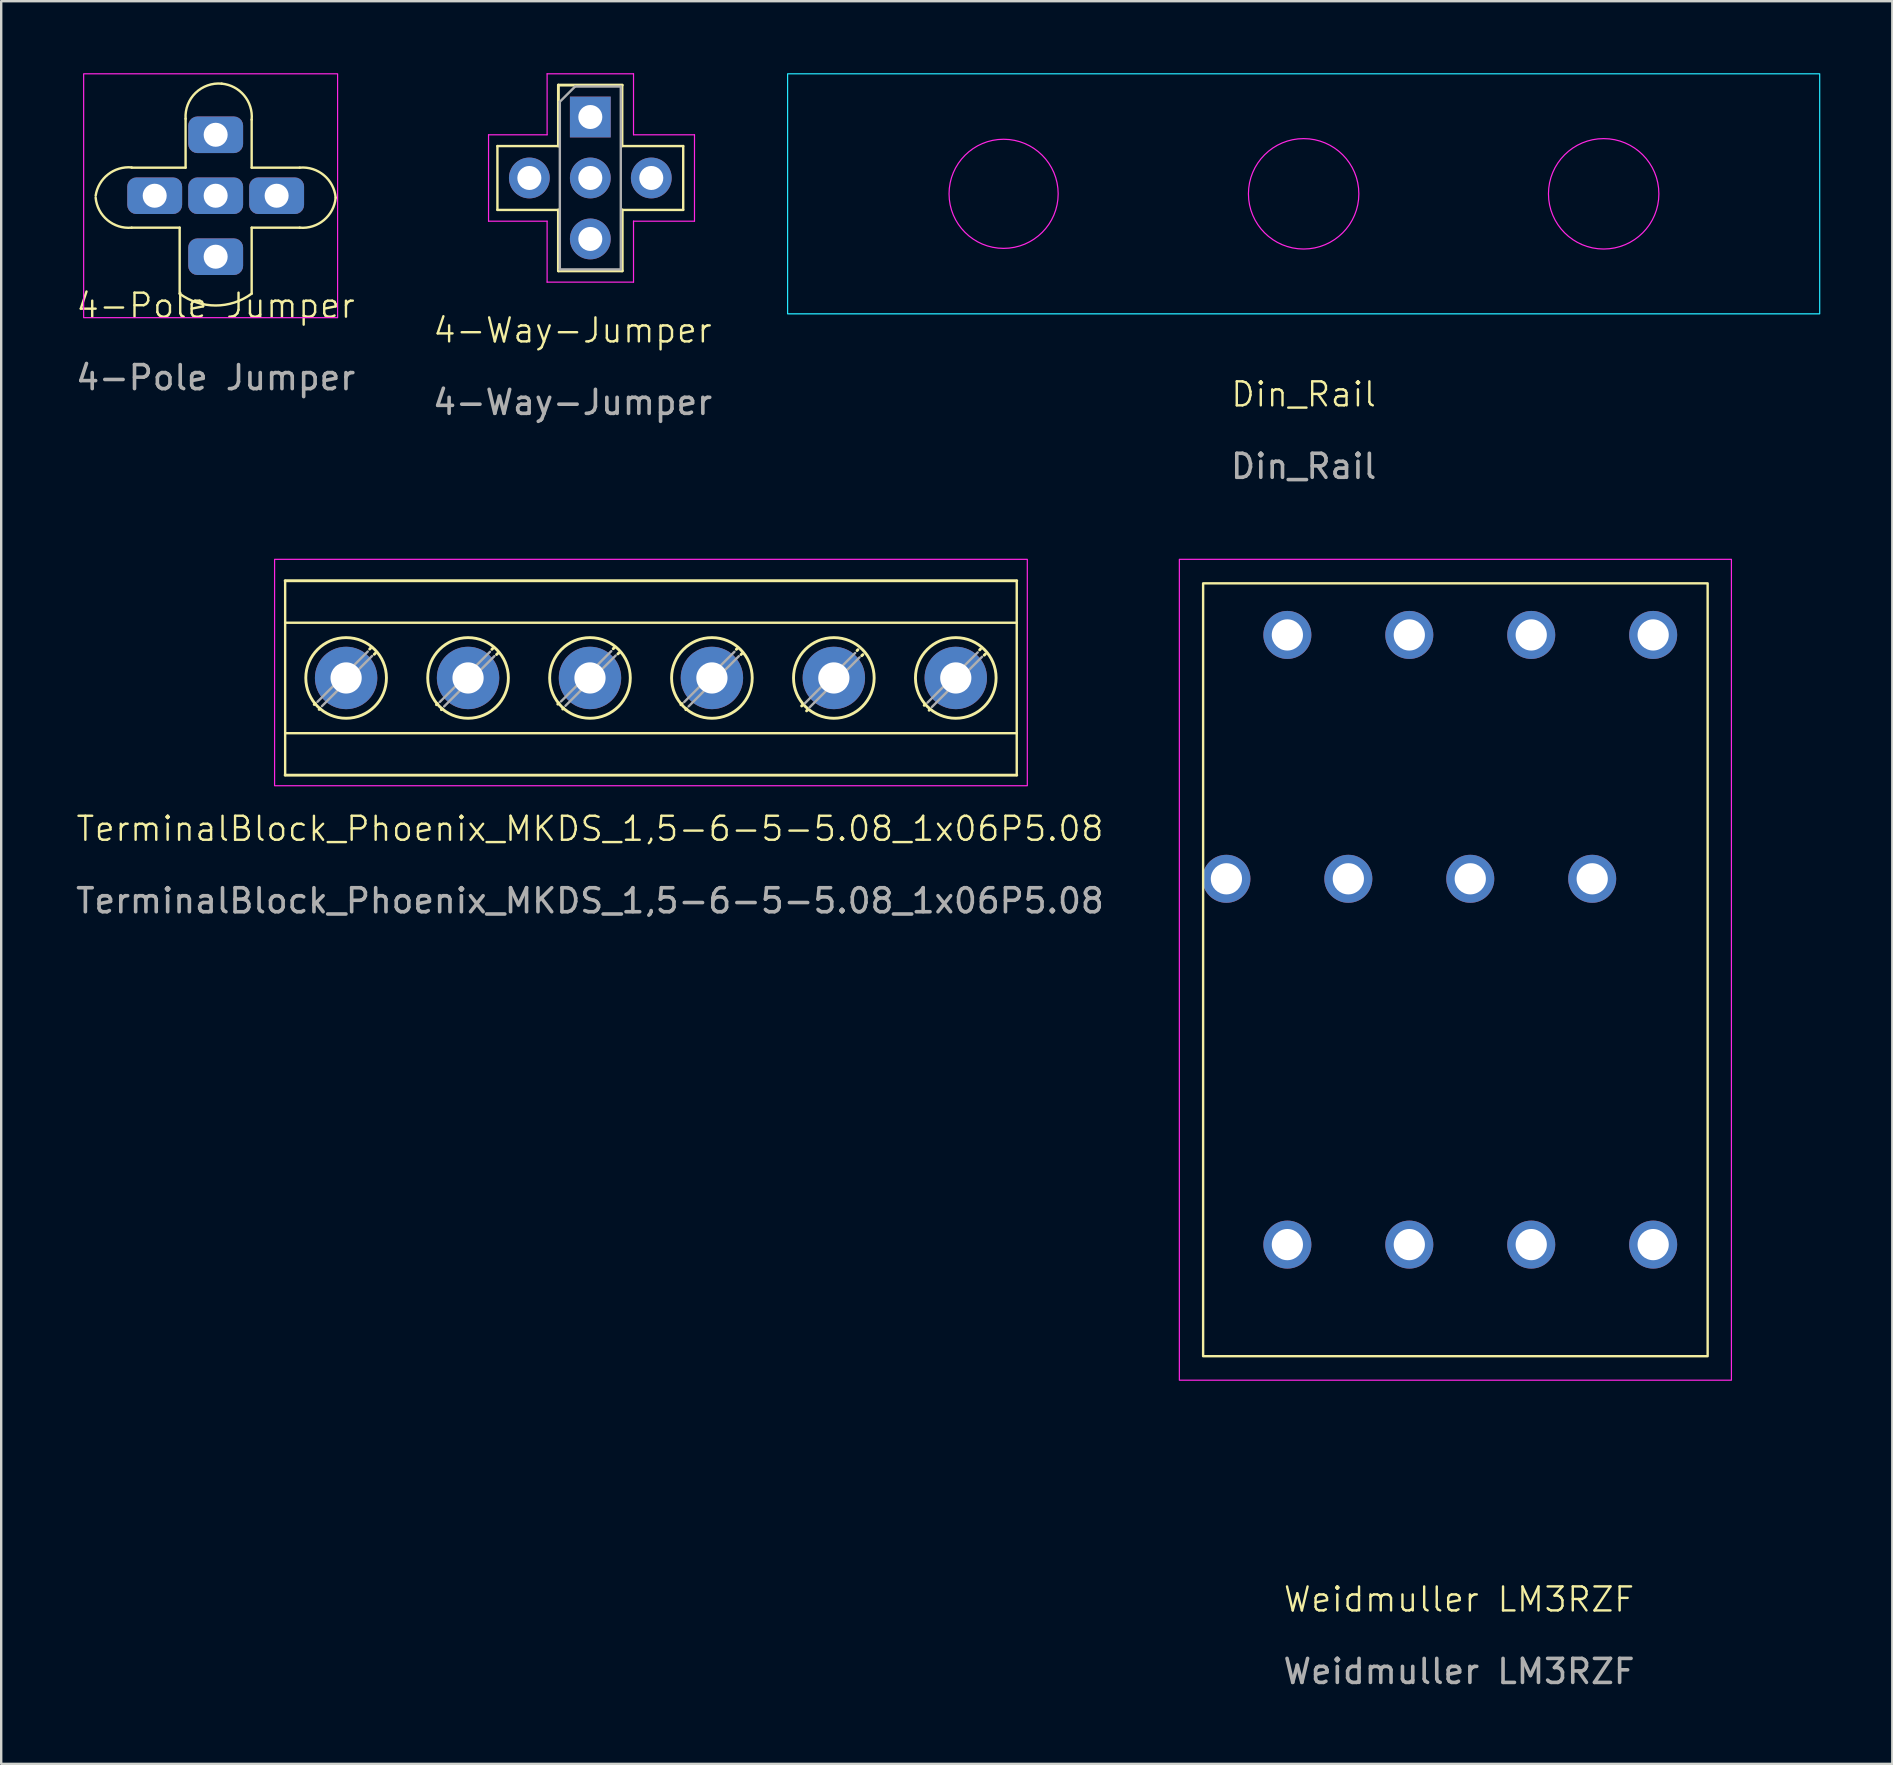
<source format=kicad_pcb>
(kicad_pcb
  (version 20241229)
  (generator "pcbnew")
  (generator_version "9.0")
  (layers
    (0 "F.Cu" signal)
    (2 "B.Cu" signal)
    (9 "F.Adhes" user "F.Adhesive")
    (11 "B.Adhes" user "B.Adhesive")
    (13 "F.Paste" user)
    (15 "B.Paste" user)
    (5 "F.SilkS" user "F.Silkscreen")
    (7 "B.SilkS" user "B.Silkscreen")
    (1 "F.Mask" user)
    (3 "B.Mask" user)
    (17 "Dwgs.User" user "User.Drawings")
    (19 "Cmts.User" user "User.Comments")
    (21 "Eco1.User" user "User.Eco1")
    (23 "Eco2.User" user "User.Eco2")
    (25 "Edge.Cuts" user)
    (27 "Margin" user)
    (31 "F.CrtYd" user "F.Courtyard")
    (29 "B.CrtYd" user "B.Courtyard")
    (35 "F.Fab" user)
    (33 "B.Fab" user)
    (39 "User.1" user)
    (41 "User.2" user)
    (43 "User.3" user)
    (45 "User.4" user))
  (footprint "TerminalBlock_Phoenix_MKDS_1,5-6-5-5.08_1x06P5.08"
    (layer "F.Cu")
    (at 21.53 29.245)
    (property "Reference" "TerminalBlock_Phoenix_MKDS_1,5-6-5-5.08_1x06P5.08" (at 0 2.234 0) (unlocked yes) (layer "F.SilkS") (effects (font (size 1 1) (thickness 0.1))))
    (attr through_hole)
    (fp_line (start -12.7 -8.1) (end -12.7 0) (stroke (width 0.1) (type default)) (layer "F.SilkS"))
    (fp_line (start -12.7 -8.1) (end 17.78 -8.1) (stroke (width 0.12) (type solid)) (layer "F.SilkS"))
    (fp_line (start -12.7 -6.351) (end 17.78 -6.351) (stroke (width 0.1) (type default)) (layer "F.SilkS"))
    (fp_line (start -12.7 -1.749) (end 17.78 -1.749) (stroke (width 0.1) (type default)) (layer "F.SilkS"))
    (fp_line (start -12.7 0) (end 17.78 0) (stroke (width 0.12) (type solid)) (layer "F.SilkS"))
    (fp_line (start -11.441 -2.99) (end -11.488 -2.944) (stroke (width 0.12) (type solid)) (layer "F.SilkS"))
    (fp_line (start -11.248 -2.774) (end -11.283 -2.739) (stroke (width 0.12) (type solid)) (layer "F.SilkS"))
    (fp_line (start -9.144 -5.288) (end -9.179 -5.252) (stroke (width 0.12) (type solid)) (layer "F.SilkS"))
    (fp_line (start -8.939 -5.082) (end -8.986 -5.036) (stroke (width 0.12) (type solid)) (layer "F.SilkS"))
    (fp_line (start -6.348 -2.98) (end -6.395 -2.934) (stroke (width 0.12) (type solid)) (layer "F.SilkS"))
    (fp_line (start -6.155 -2.764) (end -6.19 -2.729) (stroke (width 0.12) (type solid)) (layer "F.SilkS"))
    (fp_line (start -4.051 -5.278) (end -4.086 -5.242) (stroke (width 0.12) (type solid)) (layer "F.SilkS"))
    (fp_line (start -3.846 -5.072) (end -3.893 -5.026) (stroke (width 0.12) (type solid)) (layer "F.SilkS"))
    (fp_line (start -1.294 -3.006) (end -1.341 -2.959) (stroke (width 0.12) (type solid)) (layer "F.SilkS"))
    (fp_line (start -1.101 -2.789) (end -1.136 -2.755) (stroke (width 0.12) (type solid)) (layer "F.SilkS"))
    (fp_line (start 1.003 -5.303) (end 0.968 -5.268) (stroke (width 0.12) (type solid)) (layer "F.SilkS"))
    (fp_line (start 1.208 -5.098) (end 1.161 -5.051) (stroke (width 0.12) (type solid)) (layer "F.SilkS"))
    (fp_line (start 3.837 -2.98) (end 3.79 -2.934) (stroke (width 0.12) (type solid)) (layer "F.SilkS"))
    (fp_line (start 4.03 -2.764) (end 3.995 -2.729) (stroke (width 0.12) (type solid)) (layer "F.SilkS"))
    (fp_line (start 6.134 -5.278) (end 6.099 -5.242) (stroke (width 0.12) (type solid)) (layer "F.SilkS"))
    (fp_line (start 6.339 -5.072) (end 6.292 -5.026) (stroke (width 0.12) (type solid)) (layer "F.SilkS"))
    (fp_line (start 8.866 -2.929) (end 8.819 -2.883) (stroke (width 0.12) (type solid)) (layer "F.SilkS"))
    (fp_line (start 9.059 -2.713) (end 9.024 -2.678) (stroke (width 0.12) (type solid)) (layer "F.SilkS"))
    (fp_line (start 11.163 -5.227) (end 11.128 -5.191) (stroke (width 0.12) (type solid)) (layer "F.SilkS"))
    (fp_line (start 11.368 -5.021) (end 11.321 -4.975) (stroke (width 0.12) (type solid)) (layer "F.SilkS"))
    (fp_line (start 13.972 -2.955) (end 13.925 -2.909) (stroke (width 0.12) (type solid)) (layer "F.SilkS"))
    (fp_line (start 14.165 -2.739) (end 14.13 -2.704) (stroke (width 0.12) (type solid)) (layer "F.SilkS"))
    (fp_line (start 16.269 -5.253) (end 16.234 -5.217) (stroke (width 0.12) (type solid)) (layer "F.SilkS"))
    (fp_line (start 16.474 -5.047) (end 16.427 -5.001) (stroke (width 0.12) (type solid)) (layer "F.SilkS"))
    (fp_line (start 17.78 0) (end 17.78 -8.1) (stroke (width 0.1) (type default)) (layer "F.SilkS"))
    (fp_circle (center -10.16 -4.05) (end -8.48 -4.05) (stroke (width 0.12) (type solid)) (fill no) (layer "F.SilkS"))
    (fp_circle (center -5.08 -4.05) (end -3.4 -4.05) (stroke (width 0.12) (type solid)) (fill no) (layer "F.SilkS"))
    (fp_circle (center 0 -4.05) (end 1.68 -4.05) (stroke (width 0.12) (type solid)) (fill no) (layer "F.SilkS"))
    (fp_circle (center 5.08 -4.05) (end 6.76 -4.05) (stroke (width 0.12) (type solid)) (fill no) (layer "F.SilkS"))
    (fp_circle (center 10.16 -4.05) (end 11.84 -4.05) (stroke (width 0.12) (type solid)) (fill no) (layer "F.SilkS"))
    (fp_circle (center 15.24 -4.05) (end 16.92 -4.05) (stroke (width 0.12) (type solid)) (fill no) (layer "F.SilkS"))
    (fp_rect (start -13.14 -8.992) (end 18.22 0.44) (stroke (width 0.05) (type default)) (fill no) (layer "F.CrtYd"))
    (fp_line (start -9.259 -5.151) (end -11.351 -3.058) (stroke (width 0.1) (type solid)) (layer "F.Fab"))
    (fp_line (start -9.076 -4.968) (end -11.168 -2.875) (stroke (width 0.1) (type solid)) (layer "F.Fab"))
    (fp_line (start -4.166 -5.141) (end -6.258 -3.048) (stroke (width 0.1) (type solid)) (layer "F.Fab"))
    (fp_line (start -3.983 -4.958) (end -6.075 -2.865) (stroke (width 0.1) (type solid)) (layer "F.Fab"))
    (fp_line (start 0.888 -5.167) (end -1.204 -3.074) (stroke (width 0.1) (type solid)) (layer "F.Fab"))
    (fp_line (start 1.071 -4.984) (end -1.021 -2.89) (stroke (width 0.1) (type solid)) (layer "F.Fab"))
    (fp_line (start 6.019 -5.141) (end 3.927 -3.048) (stroke (width 0.1) (type solid)) (layer "F.Fab"))
    (fp_line (start 6.202 -4.958) (end 4.11 -2.865) (stroke (width 0.1) (type solid)) (layer "F.Fab"))
    (fp_line (start 11.048 -5.09) (end 8.956 -2.997) (stroke (width 0.1) (type solid)) (layer "F.Fab"))
    (fp_line (start 11.231 -4.907) (end 9.139 -2.814) (stroke (width 0.1) (type solid)) (layer "F.Fab"))
    (fp_line (start 16.154 -5.116) (end 14.062 -3.023) (stroke (width 0.1) (type solid)) (layer "F.Fab"))
    (fp_line (start 16.337 -4.933) (end 14.245 -2.84) (stroke (width 0.1) (type solid)) (layer "F.Fab"))
    (fp_text user "${REFERENCE}" (at 0 5.234 0) (unlocked yes) (layer "F.Fab") (effects (font (size 1 1) (thickness 0.15))))
    (pad "1" thru_hole circle (at -10.16 -4.05) (size 2.6 2.6) (drill 1.3) (layers "*.Cu" "*.Mask"))
    (pad "2" thru_hole circle (at -5.08 -4.05) (size 2.6 2.6) (drill 1.3) (layers "*.Cu" "*.Mask"))
    (pad "3" thru_hole circle (at 0 -4.05) (size 2.6 2.6) (drill 1.3) (layers "*.Cu" "*.Mask"))
    (pad "4" thru_hole circle (at 5.08 -4.05) (size 2.6 2.6) (drill 1.3) (layers "*.Cu" "*.Mask"))
    (pad "5" thru_hole circle (at 10.16 -4.05) (size 2.6 2.6) (drill 1.3) (layers "*.Cu" "*.Mask"))
    (pad "6" thru_hole circle (at 15.24 -4.05) (size 2.6 2.6) (drill 1.3) (layers "*.Cu" "*.Mask")))
  (footprint "4-Way-Jumper"
    (layer "F.Cu")
    (at 20.804 11.215)
    (property "Reference" "4-Way-Jumper" (at 0 -0.5 0) (unlocked yes) (layer "F.SilkS") (effects (font (size 1 1) (thickness 0.1))))
    (attr through_hole)
    (fp_line (start -3.13 -8.18) (end -3.13 -5.52) (stroke (width 0.1) (type default)) (layer "F.SilkS"))
    (fp_line (start -3.13 -5.52) (end -0.59 -5.52) (stroke (width 0.1) (type default)) (layer "F.SilkS"))
    (fp_line (start -0.59 -10.72) (end 2.07 -10.72) (stroke (width 0.12) (type solid)) (layer "F.SilkS"))
    (fp_line (start -0.59 -8.18) (end -3.13 -8.18) (stroke (width 0.1) (type default)) (layer "F.SilkS"))
    (fp_line (start -0.59 -8.18) (end -0.59 -10.72) (stroke (width 0.12) (type solid)) (layer "F.SilkS"))
    (fp_line (start -0.59 -5.52) (end -0.59 -2.98) (stroke (width 0.12) (type solid)) (layer "F.SilkS"))
    (fp_line (start -0.59 -2.98) (end 2.07 -2.98) (stroke (width 0.12) (type solid)) (layer "F.SilkS"))
    (fp_line (start 2.07 -8.18) (end 2.07 -10.72) (stroke (width 0.1) (type default)) (layer "F.SilkS"))
    (fp_line (start 2.07 -5.52) (end 2.07 -2.98) (stroke (width 0.12) (type solid)) (layer "F.SilkS"))
    (fp_line (start 2.07 -5.52) (end 4.61 -5.52) (stroke (width 0.1) (type default)) (layer "F.SilkS"))
    (fp_line (start 4.61 -8.18) (end 2.07 -8.18) (stroke (width 0.1) (type default)) (layer "F.SilkS"))
    (fp_line (start 4.61 -5.52) (end 4.61 -8.18) (stroke (width 0.1) (type default)) (layer "F.SilkS"))
    (fp_line (start -3.5 -8.65) (end -3.5 -5.05) (stroke (width 0.05) (type solid)) (layer "F.CrtYd"))
    (fp_line (start -1.06 -11.19) (end -1.06 -8.65) (stroke (width 0.05) (type default)) (layer "F.CrtYd"))
    (fp_line (start -1.06 -8.65) (end -3.5 -8.65) (stroke (width 0.05) (type default)) (layer "F.CrtYd"))
    (fp_line (start -1.06 -5.05) (end -3.5 -5.05) (stroke (width 0.05) (type default)) (layer "F.CrtYd"))
    (fp_line (start -1.06 -2.51) (end -1.06 -5.05) (stroke (width 0.05) (type default)) (layer "F.CrtYd"))
    (fp_line (start -1.06 -2.51) (end 2.54 -2.51) (stroke (width 0.05) (type solid)) (layer "F.CrtYd"))
    (fp_line (start 2.54 -11.19) (end -1.06 -11.19) (stroke (width 0.05) (type solid)) (layer "F.CrtYd"))
    (fp_line (start 2.54 -8.65) (end 2.54 -11.19) (stroke (width 0.05) (type default)) (layer "F.CrtYd"))
    (fp_line (start 2.54 -5.05) (end 5.08 -5.05) (stroke (width 0.05) (type default)) (layer "F.CrtYd"))
    (fp_line (start 2.54 -2.51) (end 2.54 -5.055) (stroke (width 0.05) (type default)) (layer "F.CrtYd"))
    (fp_line (start 5.08 -8.65) (end 2.54 -8.65) (stroke (width 0.05) (type default)) (layer "F.CrtYd"))
    (fp_line (start 5.08 -5.05) (end 5.08 -8.65) (stroke (width 0.05) (type solid)) (layer "F.CrtYd"))
    (fp_line (start -0.53 -10.025) (end 0.105 -10.66) (stroke (width 0.1) (type solid)) (layer "F.Fab"))
    (fp_line (start -0.53 -3.04) (end -0.53 -10.025) (stroke (width 0.1) (type solid)) (layer "F.Fab"))
    (fp_line (start 0.105 -10.66) (end 2.01 -10.66) (stroke (width 0.1) (type solid)) (layer "F.Fab"))
    (fp_line (start 2.01 -10.66) (end 2.01 -3.04) (stroke (width 0.1) (type solid)) (layer "F.Fab"))
    (fp_line (start 2.01 -3.04) (end -0.53 -3.04) (stroke (width 0.1) (type solid)) (layer "F.Fab"))
    (fp_text user "${REFERENCE}" (at 0 2.5 0) (unlocked yes) (layer "F.Fab") (effects (font (size 1 1) (thickness 0.15))))
    (pad "1" thru_hole rect (at 0.74 -9.39) (size 1.7 1.7) (drill 1) (layers "*.Cu" "*.Mask"))
    (pad "2" thru_hole circle (at 0.74 -6.85) (size 1.7 1.7) (drill 1) (layers "*.Cu" "*.Mask"))
    (pad "3" thru_hole oval (at 0.74 -4.31) (size 1.7 1.7) (drill 1) (layers "*.Cu" "*.Mask"))
    (pad "4" thru_hole circle (at -1.8 -6.85) (size 1.7 1.7) (drill 1) (layers "*.Cu" "*.Mask"))
    (pad "5" thru_hole circle (at 3.28 -6.85) (size 1.7 1.7) (drill 1) (layers "*.Cu" "*.Mask")))
  (footprint "Din_Rail"
    (layer "F.Cu")
    (at 51.263 5.025)
    (property "Reference" "Din_Rail" (at 0 8.355 0) (unlocked yes) (layer "F.SilkS") (effects (font (size 1 1) (thickness 0.1))))
    (attr smd)
    (fp_rect (start -21.5 -5) (end 21.5 5) (stroke (width 0.05) (type default)) (fill no) (layer "B.CrtYd"))
    (fp_circle (center -12.5 0) (end -10.227 0) (stroke (width 0.05) (type default)) (fill no) (layer "F.CrtYd"))
    (fp_circle (center 0 0) (end 2.3 0) (stroke (width 0.05) (type default)) (fill no) (layer "F.CrtYd"))
    (fp_circle (center 12.5 0) (end 14.8 0) (stroke (width 0.05) (type default)) (fill no) (layer "F.CrtYd"))
    (fp_text user "${REFERENCE}" (at 0 11.355 0) (unlocked yes) (layer "F.Fab") (effects (font (size 1 1) (thickness 0.15)))))
  (footprint "Weidmuller LM3RZF"
    (layer "F.Cu")
    (at 57.585 61.353)
    (property "Reference" "Weidmuller LM3RZF" (at 0.152 2.234 0) (unlocked yes) (layer "F.SilkS") (effects (font (size 1 1) (thickness 0.1))))
    (attr through_hole)
    (fp_rect (start 10.51 -7.9) (end -10.51 -40.1) (stroke (width 0.1) (type default)) (fill no) (layer "F.SilkS"))
    (fp_rect (start -11.5 -41.1) (end 11.5 -6.9) (stroke (width 0.05) (type default)) (fill no) (layer "F.CrtYd"))
    (fp_text user "${REFERENCE}" (at 0.152 5.234 0) (unlocked yes) (layer "F.Fab") (effects (font (size 1 1) (thickness 0.15))))
    (pad "1" thru_hole circle (at -7 -37.95) (size 2 2) (drill 1.3) (layers "*.Cu" "*.Mask"))
    (pad "2" thru_hole circle (at -1.92 -37.95) (size 2 2) (drill 1.3) (layers "*.Cu" "*.Mask"))
    (pad "3" thru_hole circle (at 3.16 -37.95) (size 2 2) (drill 1.3) (layers "*.Cu" "*.Mask"))
    (pad "4" thru_hole circle (at 8.24 -37.95) (size 2 2) (drill 1.3) (layers "*.Cu" "*.Mask"))
    (pad "5" thru_hole circle (at -9.54 -27.79) (size 2 2) (drill 1.3) (layers "*.Cu" "*.Mask"))
    (pad "6" thru_hole circle (at -4.46 -27.79) (size 2 2) (drill 1.3) (layers "*.Cu" "*.Mask"))
    (pad "7" thru_hole circle (at 0.62 -27.79) (size 2 2) (drill 1.3) (layers "*.Cu" "*.Mask"))
    (pad "8" thru_hole circle (at 5.7 -27.79) (size 2 2) (drill 1.3) (layers "*.Cu" "*.Mask"))
    (pad "9" thru_hole circle (at -7 -12.55) (size 2 2) (drill 1.3) (layers "*.Cu" "*.Mask"))
    (pad "10" thru_hole circle (at -1.92 -12.55) (size 2 2) (drill 1.3) (layers "*.Cu" "*.Mask"))
    (pad "11" thru_hole circle (at 3.16 -12.55) (size 2 2) (drill 1.3) (layers "*.Cu" "*.Mask"))
    (pad "12" thru_hole circle (at 8.24 -12.55) (size 2 2) (drill 1.3) (layers "*.Cu" "*.Mask")))
  (footprint "4-Pole Jumper"
    (layer "F.Cu")
    (at 5.935 10.185)
    (property "Reference" "4-Pole Jumper" (at 0 -0.5 0) (unlocked yes) (layer "F.SilkS") (effects (font (size 1 1) (thickness 0.1))))
    (attr smd)
    (fp_line (start -1.5 -3.75) (end -3.5 -3.75) (stroke (width 0.1) (type default)) (layer "F.SilkS"))
    (fp_line (start -1.5 -3.75) (end -1.5 -1) (stroke (width 0.1) (type default)) (layer "F.SilkS"))
    (fp_line (start -1.253 -6.25) (end -3.5 -6.25) (stroke (width 0.1) (type default)) (layer "F.SilkS"))
    (fp_line (start -1.253 -6.25) (end -1.253 -8.288) (stroke (width 0.1) (type default)) (layer "F.SilkS"))
    (fp_line (start 1.5 -6.25) (end 1.5 -8.25) (stroke (width 0.1) (type default)) (layer "F.SilkS"))
    (fp_line (start 1.5 -6.25) (end 3.5 -6.25) (stroke (width 0.1) (type default)) (layer "F.SilkS"))
    (fp_line (start 1.5 -3.75) (end 1.5 -1) (stroke (width 0.1) (type default)) (layer "F.SilkS"))
    (fp_line (start 1.5 -3.75) (end 3.5 -3.75) (stroke (width 0.1) (type default)) (layer "F.SilkS"))
    (fp_arc (start -5 -5.08) (mid -4.484002 -5.968054) (end -3.499137 -6.259487) (stroke (width 0.1) (type default)) (layer "F.SilkS"))
    (fp_arc (start -3.5 -3.75) (mid -4.508885 -4.064339) (end -5 -5) (stroke (width 0.1) (type default)) (layer "F.SilkS"))
    (fp_arc (start -1.252904 -8.287733) (mid -0.837806 -9.364568) (end 0.25 -9.749999) (stroke (width 0.1) (type default)) (layer "F.SilkS"))
    (fp_arc (start 0.25 -9.75) (mid 1.185661 -9.258884) (end 1.5 -8.25) (stroke (width 0.1) (type default)) (layer "F.SilkS"))
    (fp_arc (start 1.5 -1) (mid -0.000541 -0.507488) (end -1.501082 -1) (stroke (width 0.1) (type default)) (layer "F.SilkS"))
    (fp_arc (start 3.5 -6.25) (mid 4.508884 -5.935661) (end 5 -5) (stroke (width 0.1) (type default)) (layer "F.SilkS"))
    (fp_arc (start 5 -5) (mid 4.508884 -4.064339) (end 3.5 -3.75) (stroke (width 0.1) (type default)) (layer "F.SilkS"))
    (fp_rect (start -5.5 -10.16) (end 5.08 0) (stroke (width 0.05) (type default)) (fill no) (layer "F.CrtYd"))
    (fp_text user "${REFERENCE}" (at 0 2.5 0) (unlocked yes) (layer "F.Fab") (effects (font (size 1 1) (thickness 0.15))))
    (pad "1" thru_hole roundrect (at 0 -5.08) (size 2.286 1.524) (drill 1) (layers "*.Cu" "*.Mask") (roundrect_rratio 0.25))
    (pad "2" thru_hole roundrect (at 0 -7.62) (size 2.286 1.524) (drill 1) (layers "*.Cu" "*.Mask") (roundrect_rratio 0.25))
    (pad "3" thru_hole roundrect (at 2.54 -5.08) (size 2.286 1.524) (drill 1) (layers "*.Cu" "*.Mask") (roundrect_rratio 0.25))
    (pad "4" thru_hole roundrect (at 0 -2.54) (size 2.286 1.524) (drill 1) (layers "*.Cu" "*.Mask") (roundrect_rratio 0.25))
    (pad "5" thru_hole roundrect (at -2.54 -5.08) (size 2.286 1.524) (drill 1) (layers "*.Cu" "*.Mask") (roundrect_rratio 0.25)))
  (gr_rect
    (start -3 -3)
    (end 75.788 70.436)
    (stroke (width 0.1) (type default))
    (fill no)
    (layer "Edge.Cuts")))
</source>
